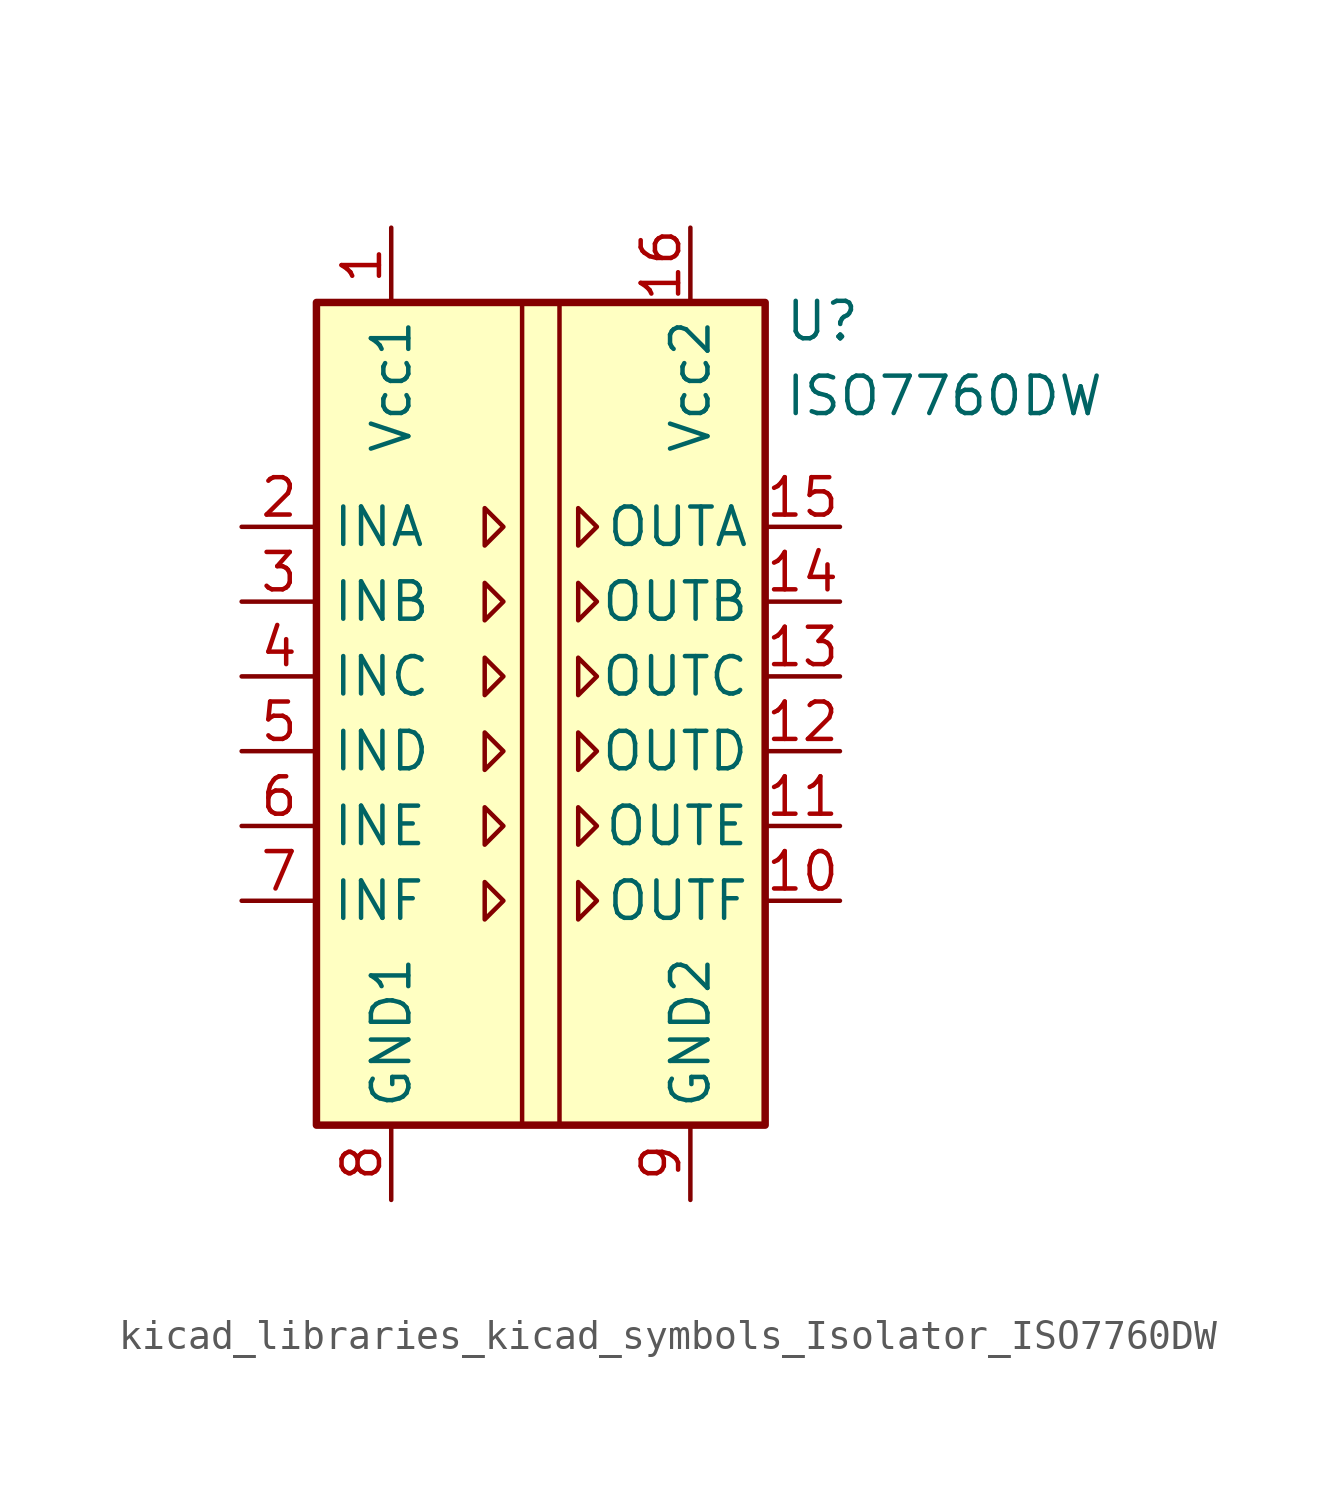
<source format=kicad_sym>
(kicad_symbol_lib
  (version 20220914)
  (generator kicad_symbol_editor)
  (symbol "kicad_libraries_kicad_symbols_Isolator_ISO7760DW"
    (property "Reference" "U"
      (at 8.255 14.605 0)
      (effects (font (size 1.27 1.27)) (justify left)))
    (property "Value" "ISO7760DW"
      (at 8.255 12.065 0)
      (effects (font (size 1.27 1.27)) (justify left)))
    (symbol "kicad_libraries_kicad_symbols_Isolator_ISO7760DW_0_1"
      (rectangle (start -7.62 15.24) (end 7.62 -12.7) (stroke (width 0.254) (type default)) (fill (type background)))
      (polyline (pts (xy -0.635 15.24) (xy -0.635 -12.7)) (stroke (width 0) (type default)) (fill (type none)))
      (polyline (pts (xy 0.635 15.24) (xy 0.635 -12.7)) (stroke (width 0) (type default)) (fill (type none)))
      (polyline (pts (xy -1.905 8.255) (xy -1.27 7.62) (xy -1.905 6.985) (xy -1.905 8.255)) (stroke (width 0) (type default)) (fill (type none)))
      (polyline (pts (xy 1.27 8.255) (xy 1.905 7.62) (xy 1.27 6.985) (xy 1.27 8.255)) (stroke (width 0) (type default)) (fill (type none))))
    (symbol "kicad_libraries_kicad_symbols_Isolator_ISO7760DW_1_1"
      (polyline (pts (xy -1.905 -4.445) (xy -1.27 -5.08) (xy -1.905 -5.715) (xy -1.905 -4.445)) (stroke (width 0) (type default)) (fill (type none)))
      (polyline (pts (xy -1.905 -1.905) (xy -1.27 -2.54) (xy -1.905 -3.175) (xy -1.905 -1.905)) (stroke (width 0) (type default)) (fill (type none)))
      (polyline (pts (xy -1.905 0.635) (xy -1.27 0) (xy -1.905 -0.635) (xy -1.905 0.635)) (stroke (width 0) (type default)) (fill (type none)))
      (polyline (pts (xy -1.905 3.175) (xy -1.27 2.54) (xy -1.905 1.905) (xy -1.905 3.175)) (stroke (width 0) (type default)) (fill (type none)))
      (polyline (pts (xy -1.905 5.715) (xy -1.27 5.08) (xy -1.905 4.445) (xy -1.905 5.715)) (stroke (width 0) (type default)) (fill (type none)))
      (polyline (pts (xy 1.27 -4.445) (xy 1.905 -5.08) (xy 1.27 -5.715) (xy 1.27 -4.445)) (stroke (width 0) (type default)) (fill (type none)))
      (polyline (pts (xy 1.27 -1.905) (xy 1.905 -2.54) (xy 1.27 -3.175) (xy 1.27 -1.905)) (stroke (width 0) (type default)) (fill (type none)))
      (polyline (pts (xy 1.27 0.635) (xy 1.905 0) (xy 1.27 -0.635) (xy 1.27 0.635)) (stroke (width 0) (type default)) (fill (type none)))
      (polyline (pts (xy 1.27 3.175) (xy 1.905 2.54) (xy 1.27 1.905) (xy 1.27 3.175)) (stroke (width 0) (type default)) (fill (type none)))
      (polyline (pts (xy 1.27 5.715) (xy 1.905 5.08) (xy 1.27 4.445) (xy 1.27 5.715)) (stroke (width 0) (type default)) (fill (type none)))
      (pin power_in line (at -5.08 17.78 270) (length 2.54) (name "Vcc1" (effects (font (size 1.27 1.27)))) (number "1" (effects (font (size 1.27 1.27)))))
      (pin output line (at 10.16 -5.08 180) (length 2.54) (name "OUTF" (effects (font (size 1.27 1.27)))) (number "10" (effects (font (size 1.27 1.27)))))
      (pin output line (at 10.16 -2.54 180) (length 2.54) (name "OUTE" (effects (font (size 1.27 1.27)))) (number "11" (effects (font (size 1.27 1.27)))))
      (pin output line (at 10.16 0 180) (length 2.54) (name "OUTD" (effects (font (size 1.27 1.27)))) (number "12" (effects (font (size 1.27 1.27)))))
      (pin output line (at 10.16 2.54 180) (length 2.54) (name "OUTC" (effects (font (size 1.27 1.27)))) (number "13" (effects (font (size 1.27 1.27)))))
      (pin output line (at 10.16 5.08 180) (length 2.54) (name "OUTB" (effects (font (size 1.27 1.27)))) (number "14" (effects (font (size 1.27 1.27)))))
      (pin output line (at 10.16 7.62 180) (length 2.54) (name "OUTA" (effects (font (size 1.27 1.27)))) (number "15" (effects (font (size 1.27 1.27)))))
      (pin power_in line (at 5.08 17.78 270) (length 2.54) (name "Vcc2" (effects (font (size 1.27 1.27)))) (number "16" (effects (font (size 1.27 1.27)))))
      (pin input line (at -10.16 7.62 0) (length 2.54) (name "INA" (effects (font (size 1.27 1.27)))) (number "2" (effects (font (size 1.27 1.27)))))
      (pin input line (at -10.16 5.08 0) (length 2.54) (name "INB" (effects (font (size 1.27 1.27)))) (number "3" (effects (font (size 1.27 1.27)))))
      (pin input line (at -10.16 2.54 0) (length 2.54) (name "INC" (effects (font (size 1.27 1.27)))) (number "4" (effects (font (size 1.27 1.27)))))
      (pin input line (at -10.16 0 0) (length 2.54) (name "IND" (effects (font (size 1.27 1.27)))) (number "5" (effects (font (size 1.27 1.27)))))
      (pin input line (at -10.16 -2.54 0) (length 2.54) (name "INE" (effects (font (size 1.27 1.27)))) (number "6" (effects (font (size 1.27 1.27)))))
      (pin input line (at -10.16 -5.08 0) (length 2.54) (name "INF" (effects (font (size 1.27 1.27)))) (number "7" (effects (font (size 1.27 1.27)))))
      (pin power_in line (at -5.08 -15.24 90) (length 2.54) (name "GND1" (effects (font (size 1.27 1.27)))) (number "8" (effects (font (size 1.27 1.27)))))
      (pin power_in line (at 5.08 -15.24 90) (length 2.54) (name "GND2" (effects (font (size 1.27 1.27)))) (number "9" (effects (font (size 1.27 1.27))))))))
</source>
